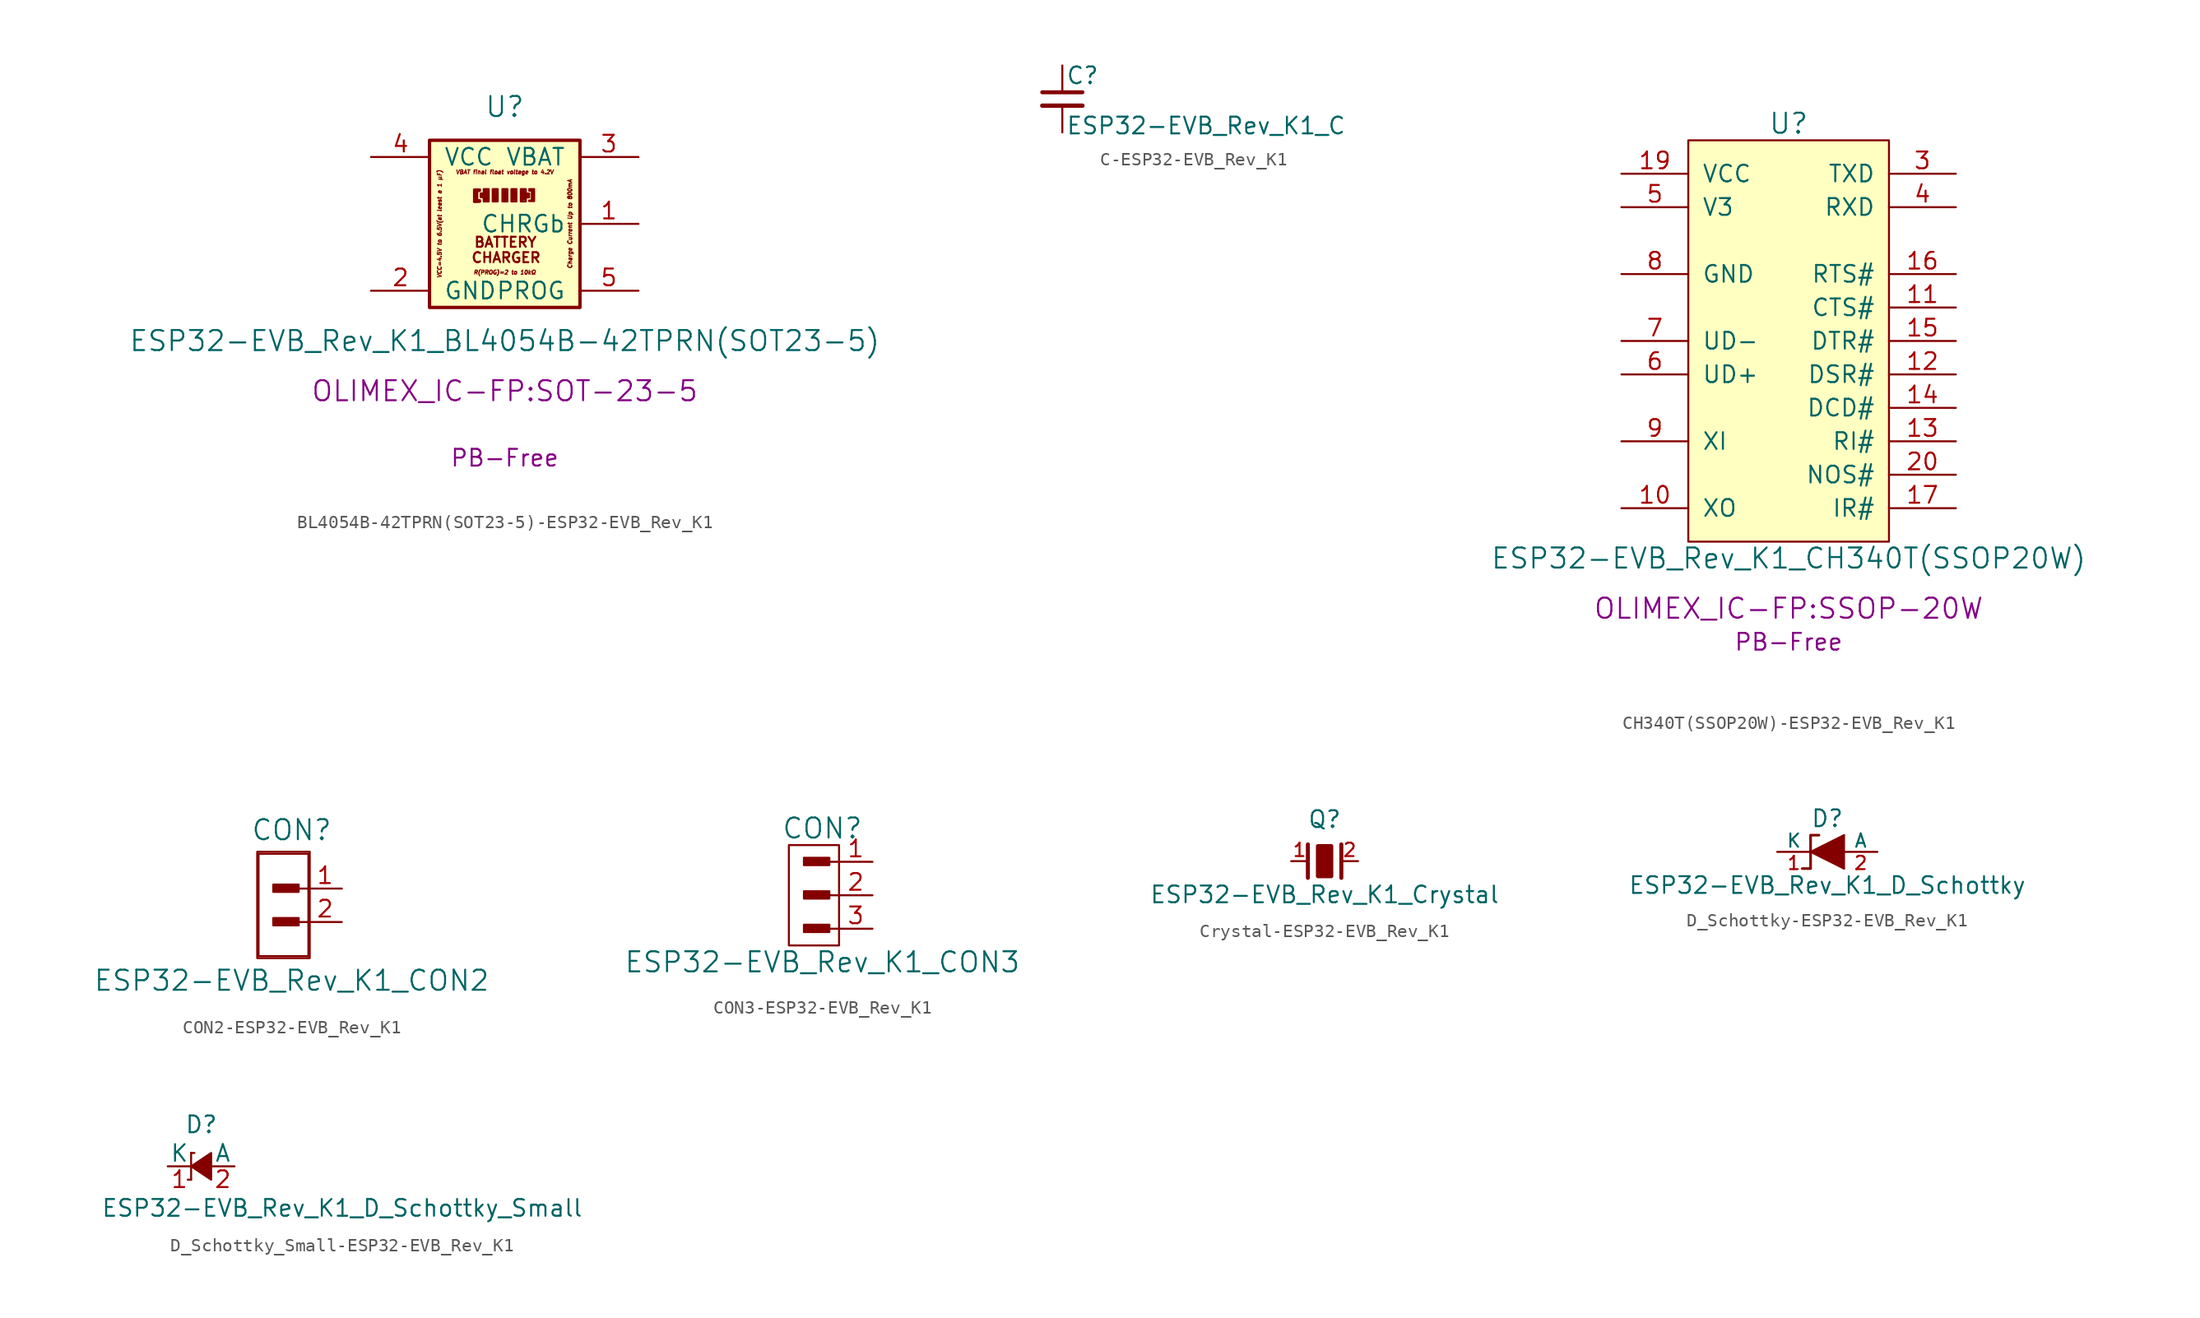
<source format=kicad_sym>
(kicad_symbol_lib
  (version 20231120)
  (generator "kicad_symbol_editor")
  (generator_version "8.0")
  (symbol "BL4054B-42TPRN(SOT23-5)-ESP32-EVB_Rev_K1"
    (pin_names
      (offset 1.016))
    (property "Reference" "U"
      (at 0 8.89 0)
      (effects (font (size 1.524 1.524))))
    (property "Value" "ESP32-EVB_Rev_K1_BL4054B-42TPRN(SOT23-5)"
      (at 0 -8.89 0)
      (effects (font (size 1.524 1.524))))
    (property "Footprint" "OLIMEX_IC-FP:SOT-23-5"
      (at 0 -12.7 0)
      (effects (font (size 1.524 1.524))))
    (property "Datasheet" ""
      (at 0 0.635 0)
      (effects (font (size 1.524 1.524))))
    (property "Note" "PB-Free"
      (at 0 -17.78 0)
      (effects (font (size 1.27 1.27))))
    (symbol "BL4054B-42TPRN(SOT23-5)-ESP32-EVB_Rev_K1_0_0"
      (text "Charge Current Up to 800mA" (at 4.953 0 900) (effects (font (size 0.305 0.305) (italic yes))))
      (text "R(PROG)=2 to 10kΩ" (at 0 -3.683 0) (effects (font (size 0.305 0.305) (italic yes))))
      (text "VBAT final float voltage to 4.2V" (at 0 3.937 0) (effects (font (size 0.305 0.305) (italic yes))))
      (text "VCC=4.5V to 6.5V(at least a 1 μF)" (at -4.953 0 900) (effects (font (size 0.305 0.305) (italic yes)))))
    (symbol "BL4054B-42TPRN(SOT23-5)-ESP32-EVB_Rev_K1_1_0"
      (rectangle (start -1.219 1.702) (end -1.6 2.642) (stroke (width 0) (type solid)) (fill (type none)))
      (rectangle (start -0.533 1.702) (end -0.914 2.642) (stroke (width 0) (type solid)) (fill (type none)))
      (polyline (pts (xy -2.337 1.676) (xy -1.88 1.676)) (stroke (width 0) (type solid)) (fill (type none)))
      (polyline (pts (xy -2.337 1.702) (xy -1.88 1.702)) (stroke (width 0) (type solid)) (fill (type none)))
      (polyline (pts (xy -2.134 2.515) (xy -2.159 1.829)) (stroke (width 0) (type solid)) (fill (type none)))
      (polyline (pts (xy -2.108 2.134) (xy -2.134 1.727)) (stroke (width 0) (type solid)) (fill (type none)))
      (polyline (pts (xy -2.083 1.727) (xy -2.083 2.464)) (stroke (width 0) (type solid)) (fill (type none)))
      (polyline (pts (xy -2.057 2.489) (xy -1.905 2.489)) (stroke (width 0) (type solid)) (fill (type none)))
      (polyline (pts (xy -1.93 1.803) (xy -2.007 1.803)) (stroke (width 0) (type solid)) (fill (type none)))
      (polyline (pts (xy -1.88 1.727) (xy -1.88 1.803)) (stroke (width 0) (type solid)) (fill (type none)))
      (polyline (pts (xy -1.88 2.616) (xy -1.88 2.515)) (stroke (width 0) (type solid)) (fill (type none)))
      (polyline (pts (xy -0.864 2.565) (xy -0.686 1.905)) (stroke (width 0) (type solid)) (fill (type none)))
      (polyline (pts (xy -0.635 2.565) (xy -0.635 1.803)) (stroke (width 0) (type solid)) (fill (type none)))
      (polyline (pts (xy -0.076 2.286) (xy 0.025 1.829)) (stroke (width 0) (type solid)) (fill (type none)))
      (polyline (pts (xy -0.051 1.829) (xy -0.076 1.778)) (stroke (width 0) (type solid)) (fill (type none)))
      (polyline (pts (xy -0.051 2.21) (xy -0.025 2.591)) (stroke (width 0) (type solid)) (fill (type none)))
      (polyline (pts (xy 0 1.829) (xy -0.102 1.981)) (stroke (width 0) (type solid)) (fill (type none)))
      (polyline (pts (xy 0.076 1.803) (xy 0.102 2.54)) (stroke (width 0) (type solid)) (fill (type none)))
      (polyline (pts (xy 0.584 2.515) (xy 0.584 1.702)) (stroke (width 0) (type solid)) (fill (type none)))
      (polyline (pts (xy 1.499 2.464) (xy 1.473 2.565)) (stroke (width 0) (type solid)) (fill (type none)))
      (polyline (pts (xy 1.702 2.134) (xy 1.702 2.21)) (stroke (width 0) (type solid)) (fill (type none)))
      (polyline (pts (xy 2.032 1.778) (xy 1.854 1.778)) (stroke (width 0) (type solid)) (fill (type none)))
      (polyline (pts (xy 2.057 2.515) (xy 2.057 1.803)) (stroke (width 0) (type solid)) (fill (type none)))
      (polyline (pts (xy 2.108 2.515) (xy 1.854 2.515)) (stroke (width 0) (type solid)) (fill (type none)))
      (polyline (pts (xy -0.686 1.803) (xy -0.813 1.829) (xy -0.762 2.515)) (stroke (width 0) (type solid)) (fill (type none)))
      (polyline (pts (xy 1.422 2.515) (xy 1.397 2.565) (xy 1.473 2.565)) (stroke (width 0) (type solid)) (fill (type none)))
      (polyline (pts (xy 0.787 2.565) (xy 0.762 1.829) (xy 0.635 1.854) (xy 0.66 2.54)) (stroke (width 0) (type solid)) (fill (type none)))
      (polyline (pts (xy 1.321 2.54) (xy 1.321 1.829) (xy 1.473 1.854) (xy 1.448 2.464)) (stroke (width 0) (type solid)) (fill (type none)))
      (polyline (pts (xy -1.651 2.311) (xy -1.829 2.311) (xy -1.829 2.032) (xy -1.676 2.032) (xy -1.727 2.235)) (stroke (width 0) (type solid)) (fill (type none)))
      (polyline (pts (xy -1.27 1.778) (xy -1.372 2.565) (xy -1.422 1.778) (xy -1.448 2.591) (xy -1.524 1.829)) (stroke (width 0) (type solid)) (fill (type none)))
      (polyline (pts (xy 1.676 2.311) (xy 1.854 2.311) (xy 1.854 2.007) (xy 1.651 2.007) (xy 1.753 2.184) (xy 1.753 2.159)) (stroke (width 0) (type solid)) (fill (type none)))
      (polyline (pts (xy 1.854 2.642) (xy 2.235 2.642) (xy 2.235 1.727) (xy 1.854 1.727) (xy 2.134 1.727) (xy 2.134 2.591)) (stroke (width 0) (type solid)) (fill (type none)))
      (polyline (pts (xy -1.905 2.616) (xy -2.337 2.616) (xy -2.337 1.727) (xy -2.337 1.676) (xy -2.032 1.676) (xy -2.032 1.778) (xy -2.235 1.778) (xy -2.261 2.54) (xy -1.93 2.54) (xy -1.93 2.515) (xy -1.93 2.54)) (stroke (width 0) (type solid)) (fill (type none)))
      (rectangle (start 0.203 1.702) (end -0.178 2.642) (stroke (width 0) (type solid)) (fill (type none)))
      (rectangle (start 0.889 1.702) (end 0.508 2.642) (stroke (width 0) (type solid)) (fill (type none)))
      (rectangle (start 1.6 1.702) (end 1.219 2.642) (stroke (width 0) (type solid)) (fill (type none)))
      (text "BATTERY" (at 0.051 -1.397 0) (effects (font (size 0.762 0.762))))
      (text "CHARGER" (at 0.102 -2.565 0) (effects (font (size 0.762 0.762)))))
    (symbol "BL4054B-42TPRN(SOT23-5)-ESP32-EVB_Rev_K1_1_1"
      (polyline (pts (xy -5.715 6.35) (xy -5.715 -6.35) (xy 5.715 -6.35) (xy 5.715 6.35) (xy -5.715 6.35)) (stroke (width 0.254) (type solid)) (fill (type background)))
      (pin open_collector line (at 10.16 0 180) (length 4.496) (name "CHRGb" (effects (font (size 1.27 1.27)))) (number "1" (effects (font (size 1.27 1.27)))))
      (pin power_in line (at -10.16 -5.08 0) (length 4.496) (name "GND" (effects (font (size 1.27 1.27)))) (number "2" (effects (font (size 1.27 1.27)))))
      (pin output line (at 10.16 5.08 180) (length 4.496) (name "VBAT" (effects (font (size 1.27 1.27)))) (number "3" (effects (font (size 1.27 1.27)))))
      (pin power_in line (at -10.16 5.08 0) (length 4.496) (name "VCC" (effects (font (size 1.27 1.27)))) (number "4" (effects (font (size 1.27 1.27)))))
      (pin input line (at 10.16 -5.08 180) (length 4.496) (name "PROG" (effects (font (size 1.27 1.27)))) (number "5" (effects (font (size 1.27 1.27)))))))
  (symbol "C-ESP32-EVB_Rev_K1"
    (pin_numbers hide)
    (pin_names
      (offset 0.254) hide)
    (property "Reference" "C"
      (at 0.254 1.778 0)
      (effects (font (size 1.27 1.27)) (justify left)))
    (property "Value" "ESP32-EVB_Rev_K1_C"
      (at 0.254 -2.032 0)
      (effects (font (size 1.27 1.27)) (justify left)))
    (property "Footprint" ""
      (at 0 0 0)
      (effects (font (size 1.524 1.524))))
    (property "Datasheet" ""
      (at 0 0 0)
      (effects (font (size 1.524 1.524))))
    (symbol "C-ESP32-EVB_Rev_K1_0_1"
      (polyline (pts (xy -1.524 -0.508) (xy 1.524 -0.508)) (stroke (width 0.33) (type solid)) (fill (type none)))
      (polyline (pts (xy -1.524 0.508) (xy 1.524 0.508)) (stroke (width 0.305) (type solid)) (fill (type none))))
    (symbol "C-ESP32-EVB_Rev_K1_1_1"
      (pin passive line (at 0 2.54 270) (length 1.905) (name "~" (effects (font (size 1.016 1.016)))) (number "1" (effects (font (size 1.016 1.016)))))
      (pin passive line (at 0 -2.54 90) (length 2.032) (name "~" (effects (font (size 1.016 1.016)))) (number "2" (effects (font (size 1.016 1.016)))))))
  (symbol "CH340T(SSOP20W)-ESP32-EVB_Rev_K1"
    (pin_names
      (offset 1.016))
    (property "Reference" "U"
      (at 0 16.51 0)
      (effects (font (size 1.524 1.524))))
    (property "Value" "ESP32-EVB_Rev_K1_CH340T(SSOP20W)"
      (at 0 -16.51 0)
      (effects (font (size 1.524 1.524))))
    (property "Footprint" "OLIMEX_IC-FP:SSOP-20W"
      (at 0 -20.32 0)
      (effects (font (size 1.524 1.524))))
    (property "Datasheet" ""
      (at 0 0 0)
      (effects (font (size 1.524 1.524))))
    (property "Note" "PB-Free"
      (at 0 -22.86 0)
      (effects (font (size 1.27 1.27))))
    (symbol "CH340T(SSOP20W)-ESP32-EVB_Rev_K1_0_1"
      (rectangle (start -7.62 15.24) (end 7.62 -15.24) (stroke (width 0) (type solid)) (fill (type background))))
    (symbol "CH340T(SSOP20W)-ESP32-EVB_Rev_K1_1_1"
      (pin output line (at -12.7 -12.7 0) (length 5.08) (name "XO" (effects (font (size 1.27 1.27)))) (number "10" (effects (font (size 1.27 1.27)))))
      (pin input line (at 12.7 2.54 180) (length 5.08) (name "CTS#" (effects (font (size 1.27 1.27)))) (number "11" (effects (font (size 1.27 1.27)))))
      (pin input line (at 12.7 -2.54 180) (length 5.08) (name "DSR#" (effects (font (size 1.27 1.27)))) (number "12" (effects (font (size 1.27 1.27)))))
      (pin input line (at 12.7 -7.62 180) (length 5.08) (name "RI#" (effects (font (size 1.27 1.27)))) (number "13" (effects (font (size 1.27 1.27)))))
      (pin input line (at 12.7 -5.08 180) (length 5.08) (name "DCD#" (effects (font (size 1.27 1.27)))) (number "14" (effects (font (size 1.27 1.27)))))
      (pin output line (at 12.7 0 180) (length 5.08) (name "DTR#" (effects (font (size 1.27 1.27)))) (number "15" (effects (font (size 1.27 1.27)))))
      (pin output line (at 12.7 5.08 180) (length 5.08) (name "RTS#" (effects (font (size 1.27 1.27)))) (number "16" (effects (font (size 1.27 1.27)))))
      (pin input line (at 12.7 -12.7 180) (length 5.08) (name "IR#" (effects (font (size 1.27 1.27)))) (number "17" (effects (font (size 1.27 1.27)))))
      (pin power_in line (at -12.7 12.7 0) (length 5.08) (name "VCC" (effects (font (size 1.27 1.27)))) (number "19" (effects (font (size 1.27 1.27)))))
      (pin input line (at 12.7 -10.16 180) (length 5.08) (name "NOS#" (effects (font (size 1.27 1.27)))) (number "20" (effects (font (size 1.27 1.27)))))
      (pin output line (at 12.7 12.7 180) (length 5.08) (name "TXD" (effects (font (size 1.27 1.27)))) (number "3" (effects (font (size 1.27 1.27)))))
      (pin input line (at 12.7 10.16 180) (length 5.08) (name "RXD" (effects (font (size 1.27 1.27)))) (number "4" (effects (font (size 1.27 1.27)))))
      (pin power_in line (at -12.7 10.16 0) (length 5.08) (name "V3" (effects (font (size 1.27 1.27)))) (number "5" (effects (font (size 1.27 1.27)))))
      (pin bidirectional line (at -12.7 -2.54 0) (length 5.08) (name "UD+" (effects (font (size 1.27 1.27)))) (number "6" (effects (font (size 1.27 1.27)))))
      (pin bidirectional line (at -12.7 0 0) (length 5.08) (name "UD-" (effects (font (size 1.27 1.27)))) (number "7" (effects (font (size 1.27 1.27)))))
      (pin power_in line (at -12.7 5.08 0) (length 5.08) (name "GND" (effects (font (size 1.27 1.27)))) (number "8" (effects (font (size 1.27 1.27)))))
      (pin input line (at -12.7 -7.62 0) (length 5.08) (name "XI" (effects (font (size 1.27 1.27)))) (number "9" (effects (font (size 1.27 1.27)))))))
  (symbol "CON2-ESP32-EVB_Rev_K1"
    (pin_names
      (offset 1.016))
    (property "Reference" "CON"
      (at -1.27 4.445 0)
      (effects (font (size 1.524 1.524))))
    (property "Value" "ESP32-EVB_Rev_K1_CON2"
      (at -1.27 -6.985 0)
      (effects (font (size 1.524 1.524))))
    (property "Footprint" ""
      (at -1.905 -1.27 0)
      (effects (font (size 1.524 1.524))))
    (property "Datasheet" ""
      (at -1.905 -1.27 0)
      (effects (font (size 1.524 1.524))))
    (symbol "CON2-ESP32-EVB_Rev_K1_0_0"
      (rectangle (start -2.642 -2.692) (end -0.864 -2.337) (stroke (width 0) (type solid)) (fill (type none)))
      (rectangle (start -2.616 -2.591) (end -0.965 -2.489) (stroke (width 0) (type solid)) (fill (type none)))
      (rectangle (start -2.616 -0.152) (end -0.838 0.203) (stroke (width 0) (type solid)) (fill (type none)))
      (rectangle (start -2.591 -0.025) (end -0.94 0.076) (stroke (width 0) (type solid)) (fill (type none)))
      (rectangle (start -0.965 -2.413) (end -2.642 -2.616) (stroke (width 0) (type solid)) (fill (type none)))
      (rectangle (start -0.864 0.102) (end -2.54 -0.102) (stroke (width 0) (type solid)) (fill (type none)))
      (rectangle (start -0.737 -2.235) (end -2.667 -2.794) (stroke (width 0) (type solid)) (fill (type none)))
      (rectangle (start -0.737 0.305) (end -2.667 -0.254) (stroke (width 0) (type solid)) (fill (type none)))
      (polyline (pts (xy 0 -2.54) (xy -0.762 -2.54)) (stroke (width 0) (type solid)) (fill (type none)))
      (polyline (pts (xy 0 0) (xy -0.762 0)) (stroke (width 0) (type solid)) (fill (type none)))
      (rectangle (start 0 2.642) (end -3.785 -5.131) (stroke (width 0) (type solid)) (fill (type none)))
      (rectangle (start 0.102 2.794) (end -3.886 -5.283) (stroke (width 0) (type solid)) (fill (type none))))
    (symbol "CON2-ESP32-EVB_Rev_K1_1_1"
      (pin passive line (at 2.54 0 180) (length 2.54) (name "~" (effects (font (size 1.27 1.27)))) (number "1" (effects (font (size 1.27 1.27)))))
      (pin passive line (at 2.54 -2.54 180) (length 2.54) (name "~" (effects (font (size 1.27 1.27)))) (number "2" (effects (font (size 1.27 1.27)))))))
  (symbol "CON3-ESP32-EVB_Rev_K1"
    (pin_names
      (offset 1.016))
    (property "Reference" "CON"
      (at -1.27 5.08 0)
      (effects (font (size 1.524 1.524))))
    (property "Value" "ESP32-EVB_Rev_K1_CON3"
      (at -1.27 -5.08 0)
      (effects (font (size 1.524 1.524))))
    (property "Footprint" ""
      (at -1.905 1.27 0)
      (effects (font (size 1.524 1.524))))
    (property "Datasheet" ""
      (at -1.905 1.27 0)
      (effects (font (size 1.524 1.524))))
    (symbol "CON3-ESP32-EVB_Rev_K1_0_0"
      (rectangle (start -2.642 -2.692) (end -0.864 -2.337) (stroke (width 0) (type solid)) (fill (type none)))
      (rectangle (start -2.642 -0.152) (end -0.864 0.203) (stroke (width 0) (type solid)) (fill (type none)))
      (rectangle (start -2.616 -2.591) (end -0.965 -2.489) (stroke (width 0) (type solid)) (fill (type none)))
      (rectangle (start -2.616 -0.051) (end -0.965 0.051) (stroke (width 0) (type solid)) (fill (type none)))
      (rectangle (start -2.616 2.388) (end -0.838 2.743) (stroke (width 0) (type solid)) (fill (type none)))
      (rectangle (start -2.591 2.515) (end -0.94 2.616) (stroke (width 0) (type solid)) (fill (type none)))
      (rectangle (start -0.965 -2.413) (end -2.642 -2.616) (stroke (width 0) (type solid)) (fill (type none)))
      (rectangle (start -0.965 0.127) (end -2.642 -0.076) (stroke (width 0) (type solid)) (fill (type none)))
      (rectangle (start -0.864 2.642) (end -2.54 2.438) (stroke (width 0) (type solid)) (fill (type none)))
      (rectangle (start -0.737 -2.235) (end -2.667 -2.794) (stroke (width 0) (type solid)) (fill (type none)))
      (rectangle (start -0.737 0.305) (end -2.667 -0.254) (stroke (width 0) (type solid)) (fill (type none)))
      (rectangle (start -0.737 2.845) (end -2.667 2.286) (stroke (width 0) (type solid)) (fill (type none)))
      (polyline (pts (xy 0 -2.54) (xy -0.762 -2.54)) (stroke (width 0) (type solid)) (fill (type none)))
      (polyline (pts (xy 0 0) (xy -0.762 0)) (stroke (width 0) (type solid)) (fill (type none)))
      (polyline (pts (xy 0 2.54) (xy -0.762 2.54)) (stroke (width 0) (type solid)) (fill (type none))))
    (symbol "CON3-ESP32-EVB_Rev_K1_0_1"
      (rectangle (start -3.81 3.81) (end 0 -3.81) (stroke (width 0) (type solid)) (fill (type none))))
    (symbol "CON3-ESP32-EVB_Rev_K1_1_1"
      (pin passive line (at 2.54 2.54 180) (length 2.54) (name "~" (effects (font (size 1.27 1.27)))) (number "1" (effects (font (size 1.27 1.27)))))
      (pin passive line (at 2.54 0 180) (length 2.54) (name "~" (effects (font (size 1.27 1.27)))) (number "2" (effects (font (size 1.27 1.27)))))
      (pin passive line (at 2.54 -2.54 180) (length 2.54) (name "~" (effects (font (size 1.27 1.27)))) (number "3" (effects (font (size 1.27 1.27)))))))
  (symbol "Crystal-ESP32-EVB_Rev_K1"
    (pin_names
      (offset 1.016) hide)
    (property "Reference" "Q"
      (at 0 3.175 0)
      (effects (font (size 1.27 1.27))))
    (property "Value" "ESP32-EVB_Rev_K1_Crystal"
      (at 0 -2.54 0)
      (effects (font (size 1.27 1.27))))
    (property "Footprint" ""
      (at 0 0 0)
      (effects (font (size 1.524 1.524))))
    (property "Datasheet" ""
      (at 0 0 0)
      (effects (font (size 1.524 1.524))))
    (symbol "Crystal-ESP32-EVB_Rev_K1_0_1"
      (rectangle (start -0.508 1.143) (end 0.508 -1.143) (stroke (width 0.305) (type solid)) (fill (type outline)))
      (polyline (pts (xy -1.27 -1.27) (xy -1.27 1.27)) (stroke (width 0.305) (type solid)) (fill (type none)))
      (polyline (pts (xy 1.27 -1.27) (xy 1.27 1.27)) (stroke (width 0.305) (type solid)) (fill (type none))))
    (symbol "Crystal-ESP32-EVB_Rev_K1_1_1"
      (pin passive line (at -2.54 0 0) (length 1.27) (name "1" (effects (font (size 1.016 1.016)))) (number "1" (effects (font (size 1.016 1.016)))))
      (pin passive line (at 2.54 0 180) (length 1.27) (name "2" (effects (font (size 1.016 1.016)))) (number "2" (effects (font (size 1.016 1.016)))))))
  (symbol "D_Schottky-ESP32-EVB_Rev_K1"
    (pin_names
      (offset 0))
    (property "Reference" "D"
      (at 0 2.54 0)
      (effects (font (size 1.27 1.27))))
    (property "Value" "ESP32-EVB_Rev_K1_D_Schottky"
      (at 0 -2.54 0)
      (effects (font (size 1.27 1.27))))
    (property "Footprint" ""
      (at 0 0 0)
      (effects (font (size 1.524 1.524))))
    (property "Datasheet" ""
      (at 0 0 0)
      (effects (font (size 1.524 1.524))))
    (symbol "D_Schottky-ESP32-EVB_Rev_K1_0_1"
      (polyline (pts (xy 1.27 -1.27) (xy -1.27 0) (xy 1.27 1.27)) (stroke (width 0) (type solid)) (fill (type outline)))
      (polyline (pts (xy -0.635 1.27) (xy -1.27 1.27) (xy -1.27 -1.27) (xy -1.905 -1.27)) (stroke (width 0.203) (type solid)) (fill (type none)))
      (rectangle (start 1.27 1.27) (end 1.27 -1.27) (stroke (width 0) (type solid)) (fill (type none))))
    (symbol "D_Schottky-ESP32-EVB_Rev_K1_1_1"
      (pin passive line (at -3.81 0 0) (length 2.54) (name "K" (effects (font (size 1.016 1.016)))) (number "1" (effects (font (size 1.016 1.016)))))
      (pin passive line (at 3.81 0 180) (length 2.54) (name "A" (effects (font (size 1.016 1.016)))) (number "2" (effects (font (size 1.016 1.016)))))))
  (symbol "D_Schottky_Small-ESP32-EVB_Rev_K1"
    (pin_names
      (offset 0))
    (property "Reference" "D"
      (at -1.27 3.175 0)
      (effects (font (size 1.27 1.27)) (justify left)))
    (property "Value" "ESP32-EVB_Rev_K1_D_Schottky_Small"
      (at -7.62 -3.175 0)
      (effects (font (size 1.27 1.27)) (justify left)))
    (property "Footprint" ""
      (at 0 0 90)
      (effects (font (size 1.524 1.524))))
    (property "Datasheet" ""
      (at 0 0 90)
      (effects (font (size 1.524 1.524))))
    (symbol "D_Schottky_Small-ESP32-EVB_Rev_K1_0_1"
      (polyline (pts (xy -0.762 -1.016) (xy -1.016 -1.016)) (stroke (width 0) (type solid)) (fill (type none)))
      (polyline (pts (xy -0.762 -1.016) (xy -0.762 1.016)) (stroke (width 0) (type solid)) (fill (type none)))
      (polyline (pts (xy -0.762 1.016) (xy -0.762 1.016)) (stroke (width 0) (type solid)) (fill (type none)))
      (polyline (pts (xy -0.762 1.016) (xy -0.508 1.016)) (stroke (width 0) (type solid)) (fill (type none)))
      (polyline (pts (xy 0.762 -1.016) (xy -0.762 0) (xy 0.762 1.016) (xy 0.762 -1.016)) (stroke (width 0) (type solid)) (fill (type outline))))
    (symbol "D_Schottky_Small-ESP32-EVB_Rev_K1_1_1"
      (pin passive line (at -2.54 0 0) (length 1.778) (name "K" (effects (font (size 1.27 1.27)))) (number "1" (effects (font (size 1.27 1.27)))))
      (pin passive line (at 2.54 0 180) (length 1.778) (name "A" (effects (font (size 1.27 1.27)))) (number "2" (effects (font (size 1.27 1.27))))))))
</source>
